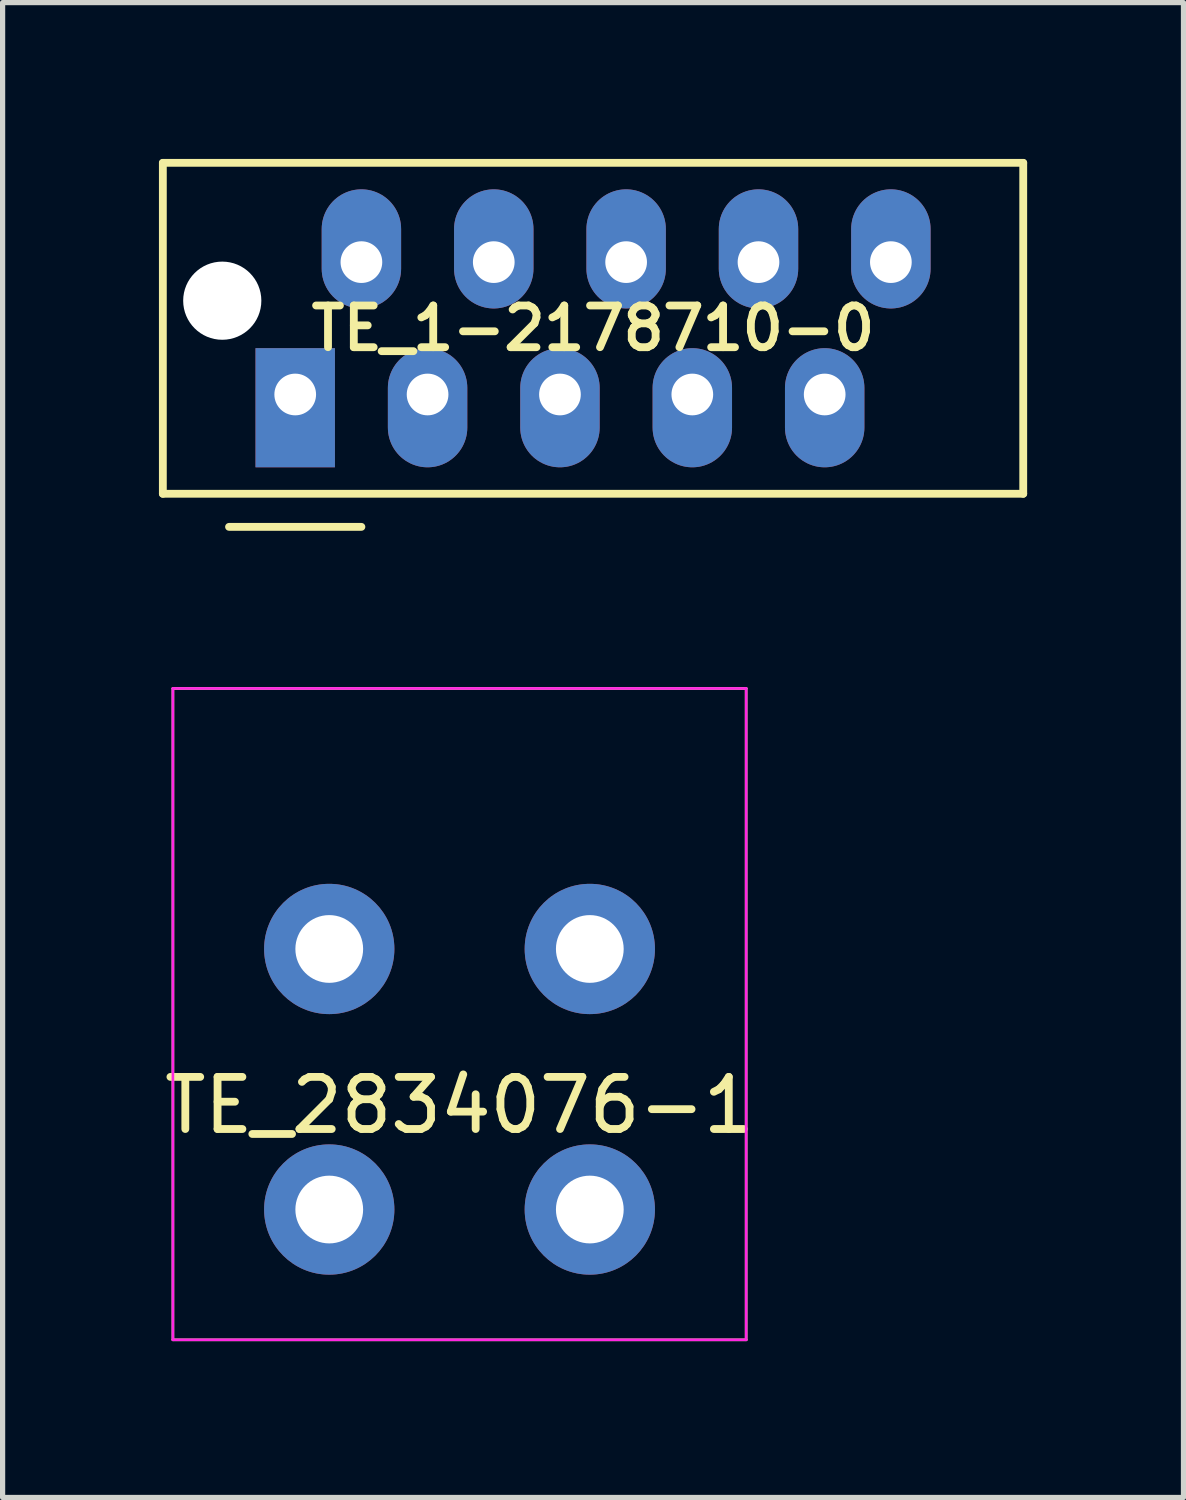
<source format=kicad_pcb>
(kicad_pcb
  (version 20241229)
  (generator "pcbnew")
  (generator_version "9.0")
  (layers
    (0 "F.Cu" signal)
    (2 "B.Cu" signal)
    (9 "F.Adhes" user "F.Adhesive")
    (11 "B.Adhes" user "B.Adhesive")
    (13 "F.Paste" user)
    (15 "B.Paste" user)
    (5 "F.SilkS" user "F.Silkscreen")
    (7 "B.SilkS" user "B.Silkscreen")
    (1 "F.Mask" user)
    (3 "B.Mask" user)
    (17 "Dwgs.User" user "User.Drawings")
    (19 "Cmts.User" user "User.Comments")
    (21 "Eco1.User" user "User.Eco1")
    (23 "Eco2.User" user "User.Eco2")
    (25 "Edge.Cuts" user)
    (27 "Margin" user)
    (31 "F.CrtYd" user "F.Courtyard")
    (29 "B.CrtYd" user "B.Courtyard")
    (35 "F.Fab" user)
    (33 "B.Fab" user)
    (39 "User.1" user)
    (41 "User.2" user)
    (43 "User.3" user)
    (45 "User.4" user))
  (footprint "TE_2834076-1"
    (layer "F.Cu")
    (at 5.768 17.66)
    (property "Reference" "TE_2834076-1" (at 0 0.5 0) (layer "F.SilkS") (effects (font (size 1 1) (thickness 0.15))))
    (attr through_hole)
    (fp_line (start -5.5 -7.5) (end 5.5 -7.5) (stroke (width 0.05) (type solid)) (layer "F.SilkS"))
    (fp_line (start -5.5 5) (end -5.5 -7.5) (stroke (width 0.05) (type solid)) (layer "F.SilkS"))
    (fp_line (start 5.5 -7.5) (end 5.5 5) (stroke (width 0.05) (type solid)) (layer "F.SilkS"))
    (fp_line (start 5.5 5) (end -5.5 5) (stroke (width 0.05) (type solid)) (layer "F.SilkS"))
    (fp_line (start -5.5 -7.5) (end 5.5 -7.5) (stroke (width 0.05) (type solid)) (layer "F.CrtYd"))
    (fp_line (start -5.5 5) (end -5.5 -7.5) (stroke (width 0.05) (type solid)) (layer "F.CrtYd"))
    (fp_line (start 5.5 -7.5) (end 5.5 5) (stroke (width 0.05) (type solid)) (layer "F.CrtYd"))
    (fp_line (start 5.5 5) (end -5.5 5) (stroke (width 0.05) (type solid)) (layer "F.CrtYd"))
    (pad "1" thru_hole circle (at -2.5 -2.5) (size 2.5 2.5) (drill 1.3) (layers "*.Cu" "*.Mask"))
    (pad "1" thru_hole circle (at -2.5 2.5) (size 2.5 2.5) (drill 1.3) (layers "*.Cu" "*.Mask"))
    (pad "2" thru_hole circle (at 2.5 -2.5) (size 2.5 2.5) (drill 1.3) (layers "*.Cu" "*.Mask"))
    (pad "2" thru_hole circle (at 2.5 2.5) (size 2.5 2.5) (drill 1.3) (layers "*.Cu" "*.Mask")))
  (footprint "TE_1-2178710-0"
    (layer "F.Cu")
    (at 8.33 3.25)
    (property "Reference" "TE_1-2178710-0" (at 0 0 0) (layer "F.SilkS") (effects (font (size 0.8 0.8) (thickness 0.15))))
    (attr through_hole)
    (fp_line (start -8.255 -3.175) (end 8.255 -3.175) (stroke (width 0.15) (type solid)) (layer "F.SilkS"))
    (fp_line (start -8.255 3.175) (end -8.255 -3.175) (stroke (width 0.15) (type solid)) (layer "F.SilkS"))
    (fp_line (start -6.985 3.81) (end -4.445 3.81) (stroke (width 0.15) (type solid)) (layer "F.SilkS"))
    (fp_line (start 8.255 -3.175) (end 8.255 3.175) (stroke (width 0.15) (type solid)) (layer "F.SilkS"))
    (fp_line (start 8.255 3.175) (end -8.255 3.175) (stroke (width 0.15) (type solid)) (layer "F.SilkS"))
    (pad "" np_thru_hole circle (at -7.115 -0.53 180) (size 1.5 1.5) (drill 1.5) (layers "*.Cu" "*.Mask"))
    (pad "1" thru_hole rect (at -5.715 1.27) (size 1.524 2.286) (drill 0.8 (offset 0 0.254)) (layers "*.Cu" "*.Mask"))
    (pad "2" thru_hole oval (at -4.445 -1.27) (size 1.524 2.286) (drill 0.8 (offset 0 -0.254)) (layers "*.Cu" "*.Mask"))
    (pad "3" thru_hole oval (at -3.175 1.27) (size 1.524 2.286) (drill 0.8 (offset 0 0.254)) (layers "*.Cu" "*.Mask"))
    (pad "4" thru_hole oval (at -1.905 -1.27) (size 1.524 2.286) (drill 0.8 (offset 0 -0.254)) (layers "*.Cu" "*.Mask"))
    (pad "5" thru_hole oval (at -0.635 1.27) (size 1.524 2.286) (drill 0.8 (offset 0 0.254)) (layers "*.Cu" "*.Mask"))
    (pad "6" thru_hole oval (at 0.635 -1.27) (size 1.524 2.286) (drill 0.8 (offset 0 -0.254)) (layers "*.Cu" "*.Mask"))
    (pad "7" thru_hole oval (at 1.905 1.27) (size 1.524 2.286) (drill 0.8 (offset 0 0.254)) (layers "*.Cu" "*.Mask"))
    (pad "8" thru_hole oval (at 3.175 -1.27) (size 1.524 2.286) (drill 0.8 (offset 0 -0.254)) (layers "*.Cu" "*.Mask"))
    (pad "9" thru_hole oval (at 4.445 1.27) (size 1.524 2.286) (drill 0.8 (offset 0 0.254)) (layers "*.Cu" "*.Mask"))
    (pad "10" thru_hole oval (at 5.715 -1.27) (size 1.524 2.286) (drill 0.8 (offset 0 -0.254)) (layers "*.Cu" "*.Mask")))
  (gr_rect
    (start -3 -3)
    (end 19.66 25.685)
    (stroke (width 0.1) (type default))
    (fill no)
    (layer "Edge.Cuts")))
</source>
